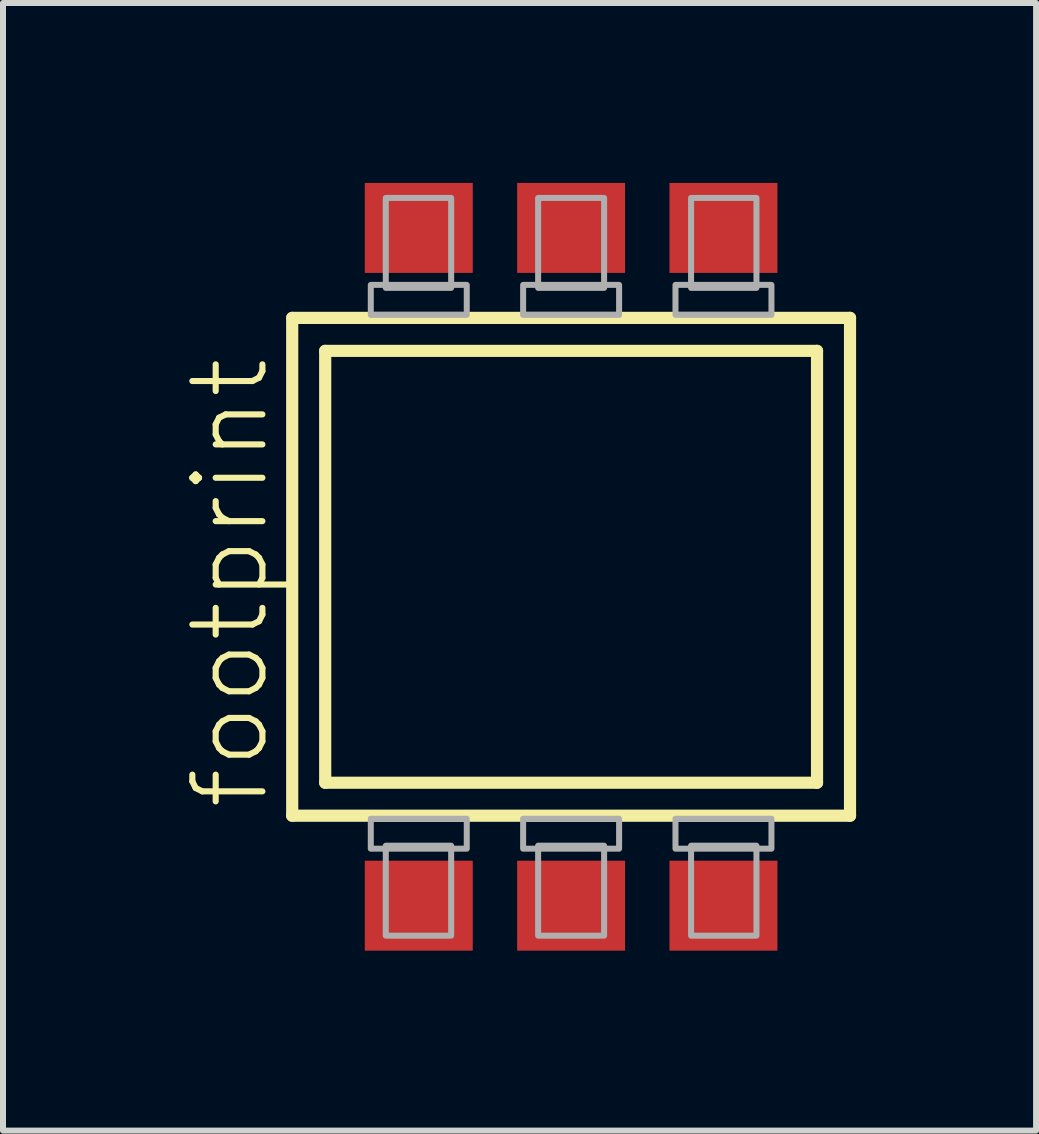
<source format=kicad_pcb>
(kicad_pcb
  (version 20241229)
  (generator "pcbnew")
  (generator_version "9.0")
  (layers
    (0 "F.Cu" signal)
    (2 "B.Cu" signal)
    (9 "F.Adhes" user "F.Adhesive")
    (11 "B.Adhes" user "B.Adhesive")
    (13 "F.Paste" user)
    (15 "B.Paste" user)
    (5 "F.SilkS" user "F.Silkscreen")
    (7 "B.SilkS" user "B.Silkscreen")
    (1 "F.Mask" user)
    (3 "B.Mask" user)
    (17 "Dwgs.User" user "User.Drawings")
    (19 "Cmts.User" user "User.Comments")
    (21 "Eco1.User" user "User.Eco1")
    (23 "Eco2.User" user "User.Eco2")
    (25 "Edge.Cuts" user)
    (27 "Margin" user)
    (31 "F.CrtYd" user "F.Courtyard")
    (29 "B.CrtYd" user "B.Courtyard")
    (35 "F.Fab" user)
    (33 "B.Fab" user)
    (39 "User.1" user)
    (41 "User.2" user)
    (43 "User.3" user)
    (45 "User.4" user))
  (footprint "footprint"
    (layer "F.Cu")
    (at 6.472 6.4)
    (property "Reference" "footprint" (at -4.999 4.089 90) (layer "F.SilkS") (effects (font (size 1.168 1.168) (thickness 0.102)) (justify left bottom)))
    (fp_line (start -4.65 -4.15) (end 4.65 -4.15) (stroke (width 0.203) (type solid)) (layer "F.SilkS"))
    (fp_line (start -4.65 4.15) (end -4.65 -4.15) (stroke (width 0.203) (type solid)) (layer "F.SilkS"))
    (fp_line (start -4.1 -3.6) (end 4.1 -3.6) (stroke (width 0.203) (type solid)) (layer "F.SilkS"))
    (fp_line (start -4.1 3.6) (end -4.1 -3.6) (stroke (width 0.203) (type solid)) (layer "F.SilkS"))
    (fp_line (start 4.1 -3.6) (end 4.1 3.6) (stroke (width 0.203) (type solid)) (layer "F.SilkS"))
    (fp_line (start 4.1 3.6) (end -4.1 3.6) (stroke (width 0.203) (type solid)) (layer "F.SilkS"))
    (fp_line (start 4.65 -4.15) (end 4.65 4.15) (stroke (width 0.203) (type solid)) (layer "F.SilkS"))
    (fp_line (start 4.65 4.15) (end -4.65 4.15) (stroke (width 0.203) (type solid)) (layer "F.SilkS"))
    (fp_poly (pts (xy -3.34 -4.2) (xy -1.74 -4.2) (xy -1.74 -4.7) (xy -3.34 -4.7)) (stroke (width 0.1) (type solid)) (fill no) (layer "F.Fab"))
    (fp_poly (pts (xy -3.34 4.7) (xy -1.74 4.7) (xy -1.74 4.2) (xy -3.34 4.2)) (stroke (width 0.1) (type solid)) (fill no) (layer "F.Fab"))
    (fp_poly (pts (xy -3.09 -4.65) (xy -2 -4.65) (xy -2 -6.15) (xy -3.09 -6.15)) (stroke (width 0.1) (type solid)) (fill no) (layer "F.Fab"))
    (fp_poly (pts (xy -3.09 6.15) (xy -2 6.15) (xy -2 4.65) (xy -3.09 4.65)) (stroke (width 0.1) (type solid)) (fill no) (layer "F.Fab"))
    (fp_poly (pts (xy -0.8 -4.2) (xy 0.8 -4.2) (xy 0.8 -4.7) (xy -0.8 -4.7)) (stroke (width 0.1) (type solid)) (fill no) (layer "F.Fab"))
    (fp_poly (pts (xy -0.8 4.7) (xy 0.8 4.7) (xy 0.8 4.2) (xy -0.8 4.2)) (stroke (width 0.1) (type solid)) (fill no) (layer "F.Fab"))
    (fp_poly (pts (xy -0.55 -4.65) (xy 0.55 -4.65) (xy 0.55 -6.15) (xy -0.55 -6.15)) (stroke (width 0.1) (type solid)) (fill no) (layer "F.Fab"))
    (fp_poly (pts (xy -0.55 6.15) (xy 0.55 6.15) (xy 0.55 4.65) (xy -0.55 4.65)) (stroke (width 0.1) (type solid)) (fill no) (layer "F.Fab"))
    (fp_poly (pts (xy 1.74 -4.2) (xy 3.34 -4.2) (xy 3.34 -4.7) (xy 1.74 -4.7)) (stroke (width 0.1) (type solid)) (fill no) (layer "F.Fab"))
    (fp_poly (pts (xy 1.74 4.7) (xy 3.34 4.7) (xy 3.34 4.2) (xy 1.74 4.2)) (stroke (width 0.1) (type solid)) (fill no) (layer "F.Fab"))
    (fp_poly (pts (xy 2 -4.65) (xy 3.09 -4.65) (xy 3.09 -6.15) (xy 2 -6.15)) (stroke (width 0.1) (type solid)) (fill no) (layer "F.Fab"))
    (fp_poly (pts (xy 2 6.15) (xy 3.09 6.15) (xy 3.09 4.65) (xy 2 4.65)) (stroke (width 0.1) (type solid)) (fill no) (layer "F.Fab"))
    (pad "1" smd rect (at -2.54 -5.65) (size 1.8 1.5) (layers "F.Cu" "F.Mask" "F.Paste"))
    (pad "2" smd rect (at 0 -5.65) (size 1.8 1.5) (layers "F.Cu" "F.Mask" "F.Paste"))
    (pad "3" smd rect (at 2.54 -5.65) (size 1.8 1.5) (layers "F.Cu" "F.Mask" "F.Paste"))
    (pad "4" smd rect (at 2.54 5.65) (size 1.8 1.5) (layers "F.Cu" "F.Mask" "F.Paste"))
    (pad "5" smd rect (at 0 5.65) (size 1.8 1.5) (layers "F.Cu" "F.Mask" "F.Paste"))
    (pad "6" smd rect (at -2.54 5.65) (size 1.8 1.5) (layers "F.Cu" "F.Mask" "F.Paste")))
  (gr_rect
    (start -3 -3)
    (end 14.224 15.8)
    (stroke (width 0.1) (type default))
    (fill no)
    (layer "Edge.Cuts")))
</source>
